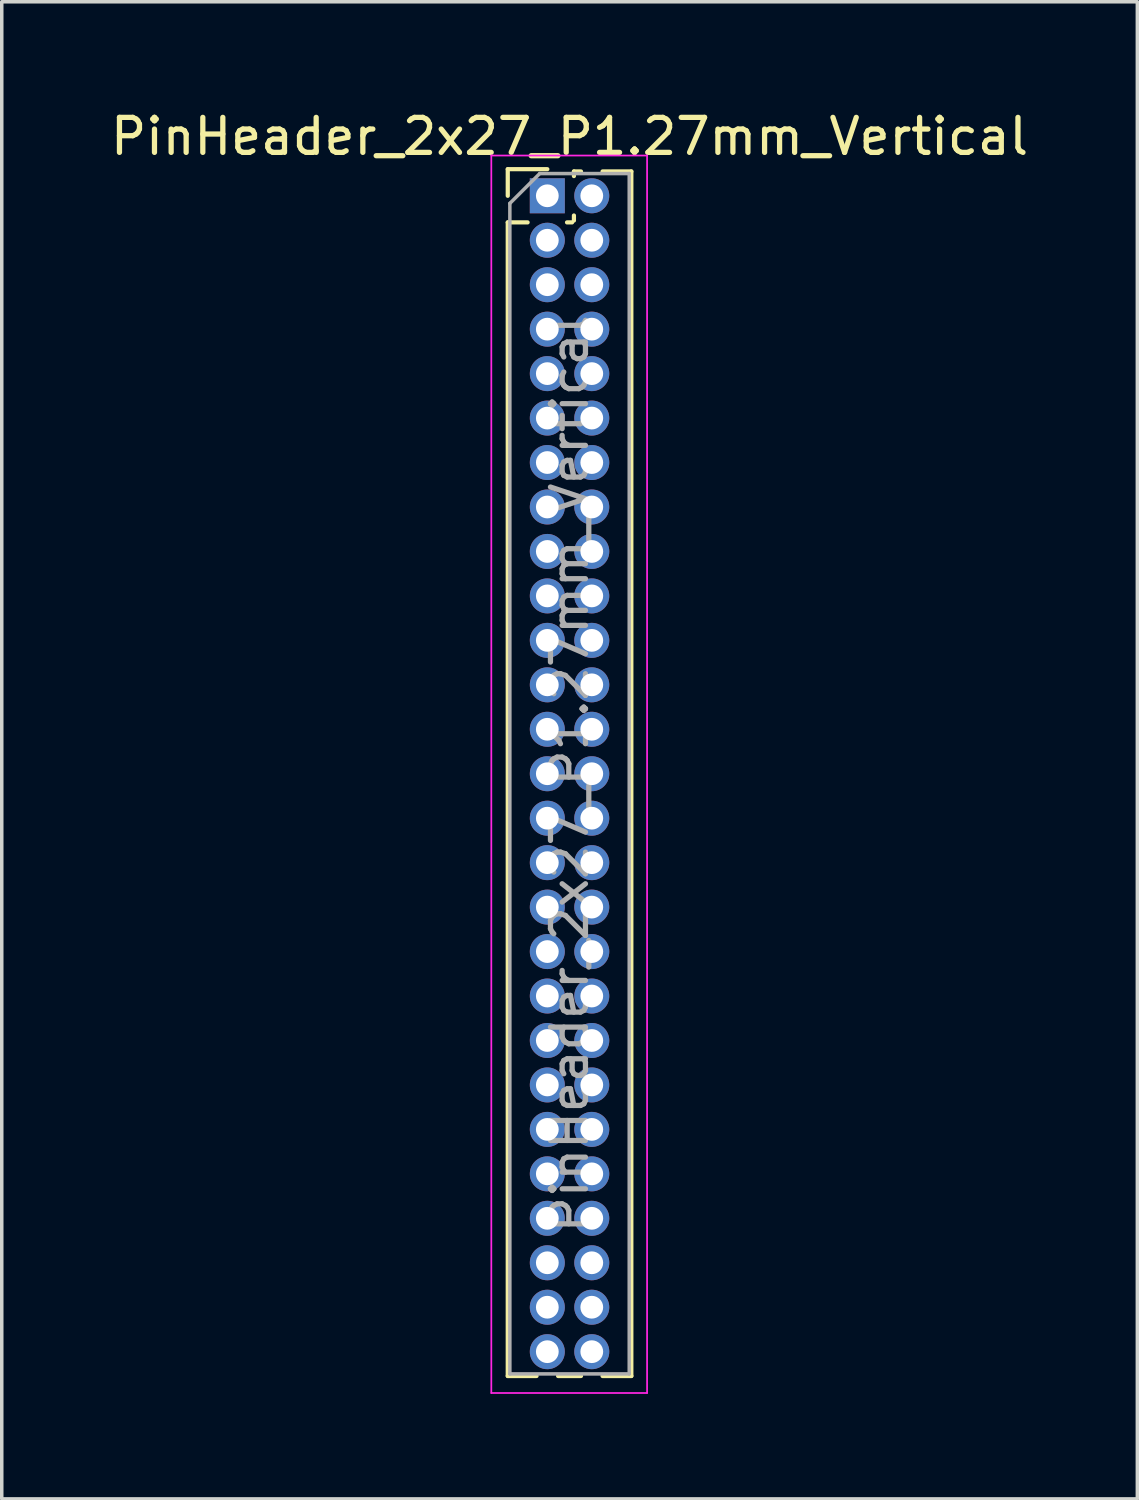
<source format=kicad_pcb>
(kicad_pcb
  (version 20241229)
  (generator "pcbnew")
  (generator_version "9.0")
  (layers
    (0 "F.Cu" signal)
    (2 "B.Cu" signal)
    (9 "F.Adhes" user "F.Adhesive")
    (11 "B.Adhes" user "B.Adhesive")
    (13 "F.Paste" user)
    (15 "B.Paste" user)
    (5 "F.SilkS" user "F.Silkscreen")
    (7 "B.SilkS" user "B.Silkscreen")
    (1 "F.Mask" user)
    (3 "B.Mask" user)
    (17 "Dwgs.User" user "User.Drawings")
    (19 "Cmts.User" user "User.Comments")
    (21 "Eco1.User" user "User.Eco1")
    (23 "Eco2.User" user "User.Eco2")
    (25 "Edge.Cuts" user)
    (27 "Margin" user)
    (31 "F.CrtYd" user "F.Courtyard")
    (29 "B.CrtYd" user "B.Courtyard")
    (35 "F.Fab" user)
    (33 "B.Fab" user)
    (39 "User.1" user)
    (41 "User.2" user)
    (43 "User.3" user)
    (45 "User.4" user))
  (footprint "PinHeader_2x27_P1.27mm_Vertical"
    (layer "F.Cu")
    (at 12.585 2.543)
    (property "Reference" "PinHeader_2x27_P1.27mm_Vertical" (at 0.635 -1.695 0) (layer "F.SilkS") (effects (font (size 1 1) (thickness 0.15))))
    (attr through_hole)
    (fp_line (start -1.13 -0.76) (end 0 -0.76) (stroke (width 0.12) (type solid)) (layer "F.SilkS"))
    (fp_line (start -1.13 0) (end -1.13 -0.76) (stroke (width 0.12) (type solid)) (layer "F.SilkS"))
    (fp_line (start -1.13 0.76) (end -1.13 33.715) (stroke (width 0.12) (type solid)) (layer "F.SilkS"))
    (fp_line (start -1.13 0.76) (end -0.563 0.76) (stroke (width 0.12) (type solid)) (layer "F.SilkS"))
    (fp_line (start -1.13 33.715) (end -0.308 33.715) (stroke (width 0.12) (type solid)) (layer "F.SilkS"))
    (fp_line (start 0.308 33.715) (end 0.962 33.715) (stroke (width 0.12) (type solid)) (layer "F.SilkS"))
    (fp_line (start 0.563 0.76) (end 0.707 0.76) (stroke (width 0.12) (type solid)) (layer "F.SilkS"))
    (fp_line (start 0.76 -0.695) (end 0.962 -0.695) (stroke (width 0.12) (type solid)) (layer "F.SilkS"))
    (fp_line (start 0.76 -0.563) (end 0.76 -0.695) (stroke (width 0.12) (type solid)) (layer "F.SilkS"))
    (fp_line (start 0.76 0.707) (end 0.76 0.563) (stroke (width 0.12) (type solid)) (layer "F.SilkS"))
    (fp_line (start 1.578 -0.695) (end 2.4 -0.695) (stroke (width 0.12) (type solid)) (layer "F.SilkS"))
    (fp_line (start 1.578 33.715) (end 2.4 33.715) (stroke (width 0.12) (type solid)) (layer "F.SilkS"))
    (fp_line (start 2.4 -0.695) (end 2.4 33.715) (stroke (width 0.12) (type solid)) (layer "F.SilkS"))
    (fp_line (start -1.6 -1.15) (end -1.6 34.2) (stroke (width 0.05) (type solid)) (layer "F.CrtYd"))
    (fp_line (start -1.6 34.2) (end 2.85 34.2) (stroke (width 0.05) (type solid)) (layer "F.CrtYd"))
    (fp_line (start 2.85 -1.15) (end -1.6 -1.15) (stroke (width 0.05) (type solid)) (layer "F.CrtYd"))
    (fp_line (start 2.85 34.2) (end 2.85 -1.15) (stroke (width 0.05) (type solid)) (layer "F.CrtYd"))
    (fp_line (start -1.07 0.217) (end -0.217 -0.635) (stroke (width 0.1) (type solid)) (layer "F.Fab"))
    (fp_line (start -1.07 33.655) (end -1.07 0.217) (stroke (width 0.1) (type solid)) (layer "F.Fab"))
    (fp_line (start -0.217 -0.635) (end 2.34 -0.635) (stroke (width 0.1) (type solid)) (layer "F.Fab"))
    (fp_line (start 2.34 -0.635) (end 2.34 33.655) (stroke (width 0.1) (type solid)) (layer "F.Fab"))
    (fp_line (start 2.34 33.655) (end -1.07 33.655) (stroke (width 0.1) (type solid)) (layer "F.Fab"))
    (fp_text user "${REFERENCE}" (at 0.635 16.51 90) (layer "F.Fab") (effects (font (size 1 1) (thickness 0.15))))
    (pad "1" thru_hole rect (at 0 0) (size 1 1) (drill 0.65) (layers "*.Cu" "*.Mask"))
    (pad "2" thru_hole oval (at 1.27 0) (size 1 1) (drill 0.65) (layers "*.Cu" "*.Mask"))
    (pad "3" thru_hole oval (at 0 1.27) (size 1 1) (drill 0.65) (layers "*.Cu" "*.Mask"))
    (pad "4" thru_hole oval (at 1.27 1.27) (size 1 1) (drill 0.65) (layers "*.Cu" "*.Mask"))
    (pad "5" thru_hole oval (at 0 2.54) (size 1 1) (drill 0.65) (layers "*.Cu" "*.Mask"))
    (pad "6" thru_hole oval (at 1.27 2.54) (size 1 1) (drill 0.65) (layers "*.Cu" "*.Mask"))
    (pad "7" thru_hole oval (at 0 3.81) (size 1 1) (drill 0.65) (layers "*.Cu" "*.Mask"))
    (pad "8" thru_hole oval (at 1.27 3.81) (size 1 1) (drill 0.65) (layers "*.Cu" "*.Mask"))
    (pad "9" thru_hole oval (at 0 5.08) (size 1 1) (drill 0.65) (layers "*.Cu" "*.Mask"))
    (pad "10" thru_hole oval (at 1.27 5.08) (size 1 1) (drill 0.65) (layers "*.Cu" "*.Mask"))
    (pad "11" thru_hole oval (at 0 6.35) (size 1 1) (drill 0.65) (layers "*.Cu" "*.Mask"))
    (pad "12" thru_hole oval (at 1.27 6.35) (size 1 1) (drill 0.65) (layers "*.Cu" "*.Mask"))
    (pad "13" thru_hole oval (at 0 7.62) (size 1 1) (drill 0.65) (layers "*.Cu" "*.Mask"))
    (pad "14" thru_hole oval (at 1.27 7.62) (size 1 1) (drill 0.65) (layers "*.Cu" "*.Mask"))
    (pad "15" thru_hole oval (at 0 8.89) (size 1 1) (drill 0.65) (layers "*.Cu" "*.Mask"))
    (pad "16" thru_hole oval (at 1.27 8.89) (size 1 1) (drill 0.65) (layers "*.Cu" "*.Mask"))
    (pad "17" thru_hole oval (at 0 10.16) (size 1 1) (drill 0.65) (layers "*.Cu" "*.Mask"))
    (pad "18" thru_hole oval (at 1.27 10.16) (size 1 1) (drill 0.65) (layers "*.Cu" "*.Mask"))
    (pad "19" thru_hole oval (at 0 11.43) (size 1 1) (drill 0.65) (layers "*.Cu" "*.Mask"))
    (pad "20" thru_hole oval (at 1.27 11.43) (size 1 1) (drill 0.65) (layers "*.Cu" "*.Mask"))
    (pad "21" thru_hole oval (at 0 12.7) (size 1 1) (drill 0.65) (layers "*.Cu" "*.Mask"))
    (pad "22" thru_hole oval (at 1.27 12.7) (size 1 1) (drill 0.65) (layers "*.Cu" "*.Mask"))
    (pad "23" thru_hole oval (at 0 13.97) (size 1 1) (drill 0.65) (layers "*.Cu" "*.Mask"))
    (pad "24" thru_hole oval (at 1.27 13.97) (size 1 1) (drill 0.65) (layers "*.Cu" "*.Mask"))
    (pad "25" thru_hole oval (at 0 15.24) (size 1 1) (drill 0.65) (layers "*.Cu" "*.Mask"))
    (pad "26" thru_hole oval (at 1.27 15.24) (size 1 1) (drill 0.65) (layers "*.Cu" "*.Mask"))
    (pad "27" thru_hole oval (at 0 16.51) (size 1 1) (drill 0.65) (layers "*.Cu" "*.Mask"))
    (pad "28" thru_hole oval (at 1.27 16.51) (size 1 1) (drill 0.65) (layers "*.Cu" "*.Mask"))
    (pad "29" thru_hole oval (at 0 17.78) (size 1 1) (drill 0.65) (layers "*.Cu" "*.Mask"))
    (pad "30" thru_hole oval (at 1.27 17.78) (size 1 1) (drill 0.65) (layers "*.Cu" "*.Mask"))
    (pad "31" thru_hole oval (at 0 19.05) (size 1 1) (drill 0.65) (layers "*.Cu" "*.Mask"))
    (pad "32" thru_hole oval (at 1.27 19.05) (size 1 1) (drill 0.65) (layers "*.Cu" "*.Mask"))
    (pad "33" thru_hole oval (at 0 20.32) (size 1 1) (drill 0.65) (layers "*.Cu" "*.Mask"))
    (pad "34" thru_hole oval (at 1.27 20.32) (size 1 1) (drill 0.65) (layers "*.Cu" "*.Mask"))
    (pad "35" thru_hole oval (at 0 21.59) (size 1 1) (drill 0.65) (layers "*.Cu" "*.Mask"))
    (pad "36" thru_hole oval (at 1.27 21.59) (size 1 1) (drill 0.65) (layers "*.Cu" "*.Mask"))
    (pad "37" thru_hole oval (at 0 22.86) (size 1 1) (drill 0.65) (layers "*.Cu" "*.Mask"))
    (pad "38" thru_hole oval (at 1.27 22.86) (size 1 1) (drill 0.65) (layers "*.Cu" "*.Mask"))
    (pad "39" thru_hole oval (at 0 24.13) (size 1 1) (drill 0.65) (layers "*.Cu" "*.Mask"))
    (pad "40" thru_hole oval (at 1.27 24.13) (size 1 1) (drill 0.65) (layers "*.Cu" "*.Mask"))
    (pad "41" thru_hole oval (at 0 25.4) (size 1 1) (drill 0.65) (layers "*.Cu" "*.Mask"))
    (pad "42" thru_hole oval (at 1.27 25.4) (size 1 1) (drill 0.65) (layers "*.Cu" "*.Mask"))
    (pad "43" thru_hole oval (at 0 26.67) (size 1 1) (drill 0.65) (layers "*.Cu" "*.Mask"))
    (pad "44" thru_hole oval (at 1.27 26.67) (size 1 1) (drill 0.65) (layers "*.Cu" "*.Mask"))
    (pad "45" thru_hole oval (at 0 27.94) (size 1 1) (drill 0.65) (layers "*.Cu" "*.Mask"))
    (pad "46" thru_hole oval (at 1.27 27.94) (size 1 1) (drill 0.65) (layers "*.Cu" "*.Mask"))
    (pad "47" thru_hole oval (at 0 29.21) (size 1 1) (drill 0.65) (layers "*.Cu" "*.Mask"))
    (pad "48" thru_hole oval (at 1.27 29.21) (size 1 1) (drill 0.65) (layers "*.Cu" "*.Mask"))
    (pad "49" thru_hole oval (at 0 30.48) (size 1 1) (drill 0.65) (layers "*.Cu" "*.Mask"))
    (pad "50" thru_hole oval (at 1.27 30.48) (size 1 1) (drill 0.65) (layers "*.Cu" "*.Mask"))
    (pad "51" thru_hole oval (at 0 31.75) (size 1 1) (drill 0.65) (layers "*.Cu" "*.Mask"))
    (pad "52" thru_hole oval (at 1.27 31.75) (size 1 1) (drill 0.65) (layers "*.Cu" "*.Mask"))
    (pad "53" thru_hole oval (at 0 33.02) (size 1 1) (drill 0.65) (layers "*.Cu" "*.Mask"))
    (pad "54" thru_hole oval (at 1.27 33.02) (size 1 1) (drill 0.65) (layers "*.Cu" "*.Mask")))
  (gr_rect
    (start -3 -3)
    (end 29.44 39.768)
    (stroke (width 0.1) (type default))
    (fill no)
    (layer "Edge.Cuts")))
</source>
